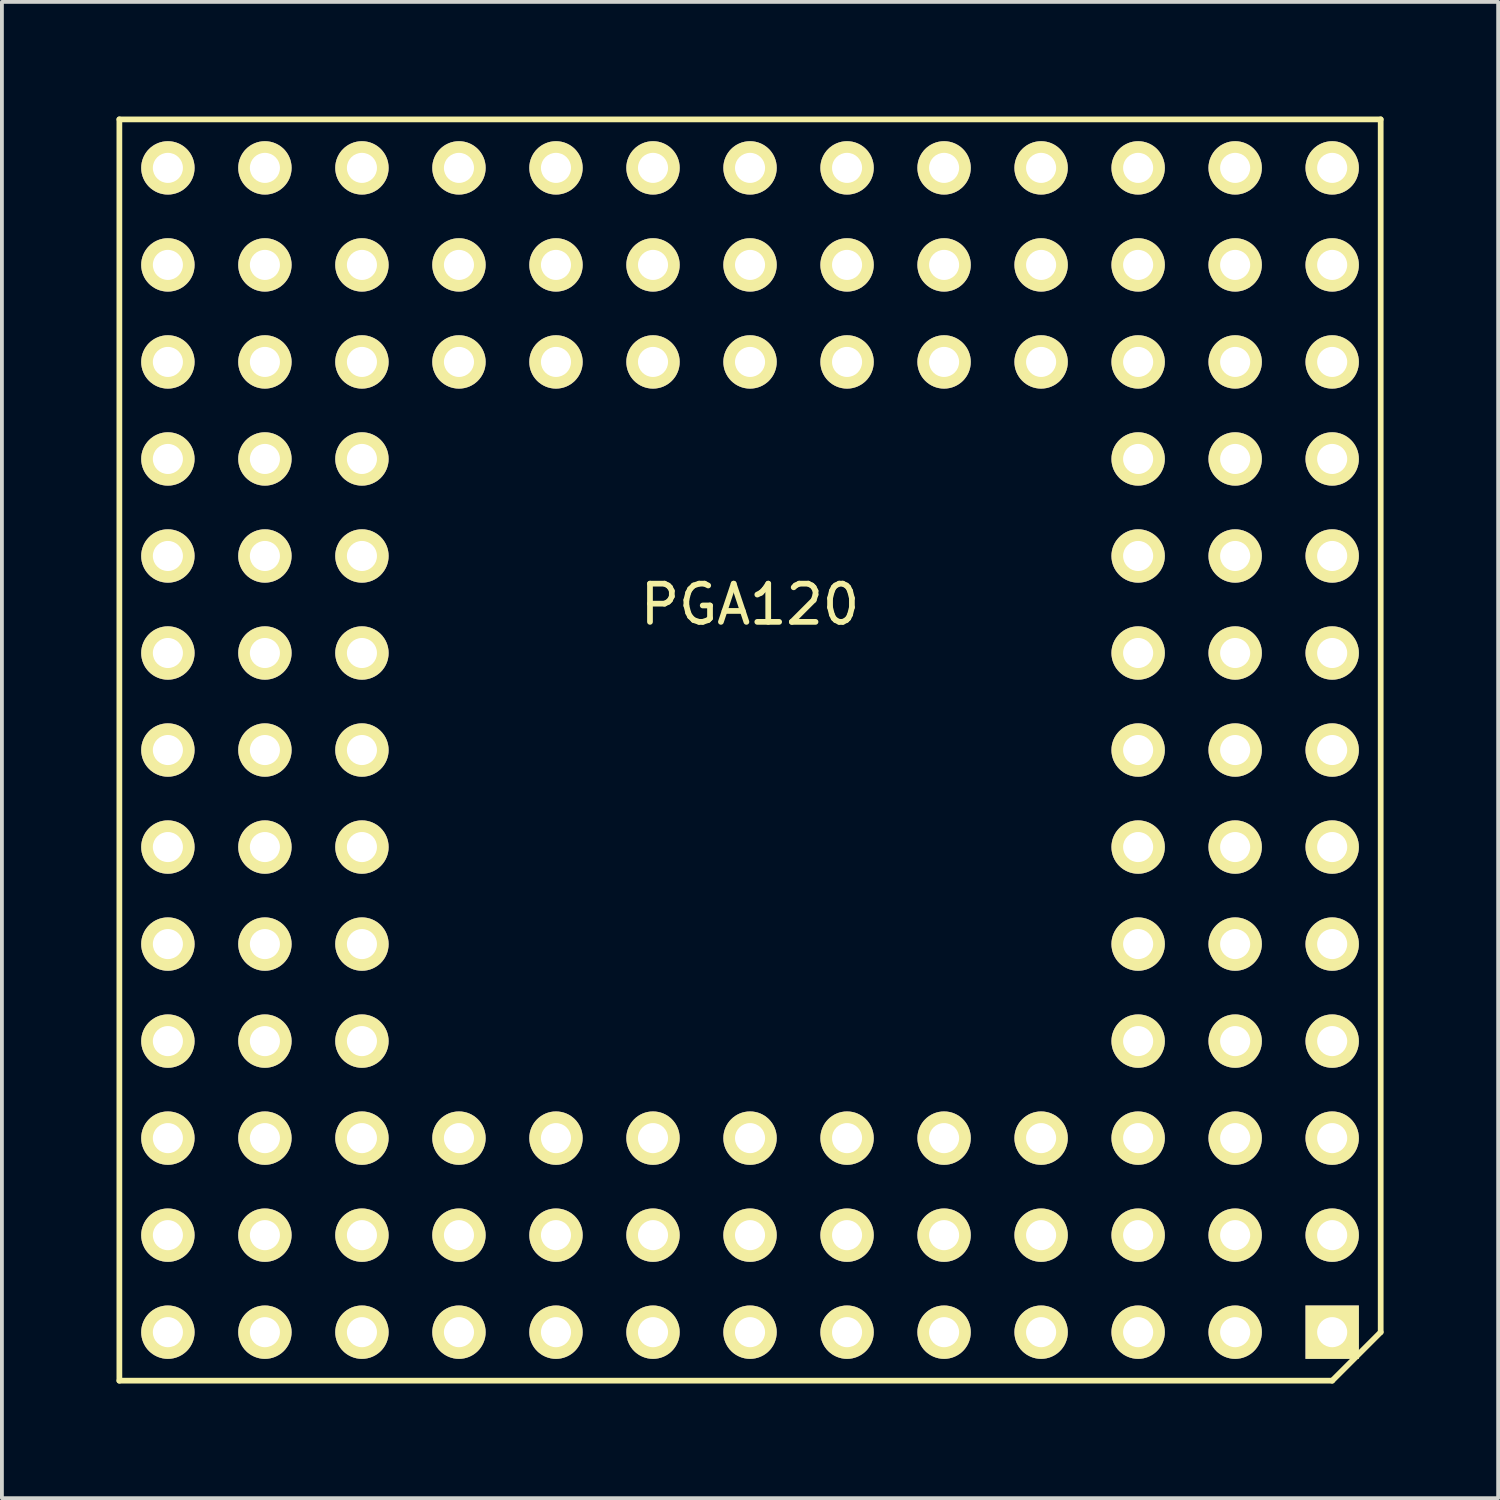
<source format=kicad_pcb>
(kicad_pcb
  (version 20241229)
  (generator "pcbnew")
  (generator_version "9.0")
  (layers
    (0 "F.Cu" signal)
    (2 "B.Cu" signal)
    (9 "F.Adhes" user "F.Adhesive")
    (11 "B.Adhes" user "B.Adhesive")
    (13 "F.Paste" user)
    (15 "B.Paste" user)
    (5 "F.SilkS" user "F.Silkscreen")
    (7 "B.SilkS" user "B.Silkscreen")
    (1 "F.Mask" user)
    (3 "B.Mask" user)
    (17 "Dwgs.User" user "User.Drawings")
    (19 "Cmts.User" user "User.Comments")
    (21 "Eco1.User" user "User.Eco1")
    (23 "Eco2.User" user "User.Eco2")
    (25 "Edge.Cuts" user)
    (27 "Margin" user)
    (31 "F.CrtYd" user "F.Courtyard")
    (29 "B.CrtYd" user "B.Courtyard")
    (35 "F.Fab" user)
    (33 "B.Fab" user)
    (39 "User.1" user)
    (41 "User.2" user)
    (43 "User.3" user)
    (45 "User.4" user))
  (footprint "PGA120"
    (layer "F.Cu")
    (at 16.585 16.585)
    (property "Reference" "PGA120" (at 0 -3.81 0) (layer "F.SilkS") (effects (font (size 1 1) (thickness 0.15))))
    (attr through_hole)
    (fp_line (start -16.51 -16.51) (end -16.51 16.51) (stroke (width 0.15) (type solid)) (layer "F.SilkS"))
    (fp_line (start -16.51 16.51) (end 15.24 16.51) (stroke (width 0.15) (type solid)) (layer "F.SilkS"))
    (fp_line (start 16.51 -16.51) (end -16.51 -16.51) (stroke (width 0.15) (type solid)) (layer "F.SilkS"))
    (fp_line (start 16.51 15.24) (end 15.24 16.51) (stroke (width 0.15) (type solid)) (layer "F.SilkS"))
    (fp_line (start 16.51 15.24) (end 16.51 -16.51) (stroke (width 0.15) (type solid)) (layer "F.SilkS"))
    (pad "A1" thru_hole rect (at 15.24 15.24) (size 1.397 1.397) (drill 0.787) (layers "*.Cu" "*.Mask" "F.SilkS"))
    (pad "A2" thru_hole circle (at 12.7 15.24) (size 1.397 1.397) (drill 0.787) (layers "*.Cu" "*.Mask" "F.SilkS"))
    (pad "A3" thru_hole circle (at 10.16 15.24) (size 1.397 1.397) (drill 0.787) (layers "*.Cu" "*.Mask" "F.SilkS"))
    (pad "A4" thru_hole circle (at 7.62 15.24) (size 1.397 1.397) (drill 0.787) (layers "*.Cu" "*.Mask" "F.SilkS"))
    (pad "A5" thru_hole circle (at 5.08 15.24) (size 1.397 1.397) (drill 0.787) (layers "*.Cu" "*.Mask" "F.SilkS"))
    (pad "A6" thru_hole circle (at 2.54 15.24) (size 1.397 1.397) (drill 0.787) (layers "*.Cu" "*.Mask" "F.SilkS"))
    (pad "A7" thru_hole circle (at 0 15.24) (size 1.397 1.397) (drill 0.787) (layers "*.Cu" "*.Mask" "F.SilkS"))
    (pad "A8" thru_hole circle (at -2.54 15.24) (size 1.397 1.397) (drill 0.787) (layers "*.Cu" "*.Mask" "F.SilkS"))
    (pad "A9" thru_hole circle (at -5.08 15.24) (size 1.397 1.397) (drill 0.787) (layers "*.Cu" "*.Mask" "F.SilkS"))
    (pad "A10" thru_hole circle (at -7.62 15.24) (size 1.397 1.397) (drill 0.787) (layers "*.Cu" "*.Mask" "F.SilkS"))
    (pad "A11" thru_hole circle (at -10.16 15.24) (size 1.397 1.397) (drill 0.787) (layers "*.Cu" "*.Mask" "F.SilkS"))
    (pad "A12" thru_hole circle (at -12.7 15.24) (size 1.397 1.397) (drill 0.787) (layers "*.Cu" "*.Mask" "F.SilkS"))
    (pad "A13" thru_hole circle (at -15.24 15.24) (size 1.397 1.397) (drill 0.787) (layers "*.Cu" "*.Mask" "F.SilkS"))
    (pad "B1" thru_hole circle (at 15.24 12.7) (size 1.397 1.397) (drill 0.787) (layers "*.Cu" "*.Mask" "F.SilkS"))
    (pad "B2" thru_hole circle (at 12.7 12.7) (size 1.397 1.397) (drill 0.787) (layers "*.Cu" "*.Mask" "F.SilkS"))
    (pad "B3" thru_hole circle (at 10.16 12.7) (size 1.397 1.397) (drill 0.787) (layers "*.Cu" "*.Mask" "F.SilkS"))
    (pad "B4" thru_hole circle (at 7.62 12.7) (size 1.397 1.397) (drill 0.787) (layers "*.Cu" "*.Mask" "F.SilkS"))
    (pad "B5" thru_hole circle (at 5.08 12.7) (size 1.397 1.397) (drill 0.787) (layers "*.Cu" "*.Mask" "F.SilkS"))
    (pad "B6" thru_hole circle (at 2.54 12.7) (size 1.397 1.397) (drill 0.787) (layers "*.Cu" "*.Mask" "F.SilkS"))
    (pad "B7" thru_hole circle (at 0 12.7) (size 1.397 1.397) (drill 0.787) (layers "*.Cu" "*.Mask" "F.SilkS"))
    (pad "B8" thru_hole circle (at -2.54 12.7) (size 1.397 1.397) (drill 0.787) (layers "*.Cu" "*.Mask" "F.SilkS"))
    (pad "B9" thru_hole circle (at -5.08 12.7) (size 1.397 1.397) (drill 0.787) (layers "*.Cu" "*.Mask" "F.SilkS"))
    (pad "B10" thru_hole circle (at -7.62 12.7) (size 1.397 1.397) (drill 0.787) (layers "*.Cu" "*.Mask" "F.SilkS"))
    (pad "B11" thru_hole circle (at -10.16 12.7) (size 1.397 1.397) (drill 0.787) (layers "*.Cu" "*.Mask" "F.SilkS"))
    (pad "B12" thru_hole circle (at -12.7 12.7) (size 1.397 1.397) (drill 0.787) (layers "*.Cu" "*.Mask" "F.SilkS"))
    (pad "B13" thru_hole circle (at -15.24 12.7) (size 1.397 1.397) (drill 0.787) (layers "*.Cu" "*.Mask" "F.SilkS"))
    (pad "C1" thru_hole circle (at 15.24 10.16) (size 1.397 1.397) (drill 0.787) (layers "*.Cu" "*.Mask" "F.SilkS"))
    (pad "C2" thru_hole circle (at 12.7 10.16) (size 1.397 1.397) (drill 0.787) (layers "*.Cu" "*.Mask" "F.SilkS"))
    (pad "C3" thru_hole circle (at 10.16 10.16) (size 1.397 1.397) (drill 0.787) (layers "*.Cu" "*.Mask" "F.SilkS"))
    (pad "C4" thru_hole circle (at 7.62 10.16) (size 1.397 1.397) (drill 0.787) (layers "*.Cu" "*.Mask" "F.SilkS"))
    (pad "C5" thru_hole circle (at 5.08 10.16) (size 1.397 1.397) (drill 0.787) (layers "*.Cu" "*.Mask" "F.SilkS"))
    (pad "C6" thru_hole circle (at 2.54 10.16) (size 1.397 1.397) (drill 0.787) (layers "*.Cu" "*.Mask" "F.SilkS"))
    (pad "C7" thru_hole circle (at 0 10.16) (size 1.397 1.397) (drill 0.787) (layers "*.Cu" "*.Mask" "F.SilkS"))
    (pad "C8" thru_hole circle (at -2.54 10.16) (size 1.397 1.397) (drill 0.787) (layers "*.Cu" "*.Mask" "F.SilkS"))
    (pad "C9" thru_hole circle (at -5.08 10.16) (size 1.397 1.397) (drill 0.787) (layers "*.Cu" "*.Mask" "F.SilkS"))
    (pad "C10" thru_hole circle (at -7.62 10.16) (size 1.397 1.397) (drill 0.787) (layers "*.Cu" "*.Mask" "F.SilkS"))
    (pad "C11" thru_hole circle (at -10.16 10.16) (size 1.397 1.397) (drill 0.787) (layers "*.Cu" "*.Mask" "F.SilkS"))
    (pad "C12" thru_hole circle (at -12.7 10.16) (size 1.397 1.397) (drill 0.787) (layers "*.Cu" "*.Mask" "F.SilkS"))
    (pad "C13" thru_hole circle (at -15.24 10.16) (size 1.397 1.397) (drill 0.787) (layers "*.Cu" "*.Mask" "F.SilkS"))
    (pad "D1" thru_hole circle (at 15.24 7.62) (size 1.397 1.397) (drill 0.787) (layers "*.Cu" "*.Mask" "F.SilkS"))
    (pad "D2" thru_hole circle (at 12.7 7.62) (size 1.397 1.397) (drill 0.787) (layers "*.Cu" "*.Mask" "F.SilkS"))
    (pad "D3" thru_hole circle (at 10.16 7.62) (size 1.397 1.397) (drill 0.787) (layers "*.Cu" "*.Mask" "F.SilkS"))
    (pad "D11" thru_hole circle (at -10.16 7.62) (size 1.397 1.397) (drill 0.787) (layers "*.Cu" "*.Mask" "F.SilkS"))
    (pad "D12" thru_hole circle (at -12.7 7.62) (size 1.397 1.397) (drill 0.787) (layers "*.Cu" "*.Mask" "F.SilkS"))
    (pad "D13" thru_hole circle (at -15.24 7.62) (size 1.397 1.397) (drill 0.787) (layers "*.Cu" "*.Mask" "F.SilkS"))
    (pad "E1" thru_hole circle (at 15.24 5.08) (size 1.397 1.397) (drill 0.787) (layers "*.Cu" "*.Mask" "F.SilkS"))
    (pad "E2" thru_hole circle (at 12.7 5.08) (size 1.397 1.397) (drill 0.787) (layers "*.Cu" "*.Mask" "F.SilkS"))
    (pad "E3" thru_hole circle (at 10.16 5.08) (size 1.397 1.397) (drill 0.787) (layers "*.Cu" "*.Mask" "F.SilkS"))
    (pad "E11" thru_hole circle (at -10.16 5.08) (size 1.397 1.397) (drill 0.787) (layers "*.Cu" "*.Mask" "F.SilkS"))
    (pad "E12" thru_hole circle (at -12.7 5.08) (size 1.397 1.397) (drill 0.787) (layers "*.Cu" "*.Mask" "F.SilkS"))
    (pad "E13" thru_hole circle (at -15.24 5.08) (size 1.397 1.397) (drill 0.787) (layers "*.Cu" "*.Mask" "F.SilkS"))
    (pad "F1" thru_hole circle (at 15.24 2.54) (size 1.397 1.397) (drill 0.787) (layers "*.Cu" "*.Mask" "F.SilkS"))
    (pad "F2" thru_hole circle (at 12.7 2.54) (size 1.397 1.397) (drill 0.787) (layers "*.Cu" "*.Mask" "F.SilkS"))
    (pad "F3" thru_hole circle (at 10.16 2.54) (size 1.397 1.397) (drill 0.787) (layers "*.Cu" "*.Mask" "F.SilkS"))
    (pad "F11" thru_hole circle (at -10.16 2.54) (size 1.397 1.397) (drill 0.787) (layers "*.Cu" "*.Mask" "F.SilkS"))
    (pad "F12" thru_hole circle (at -12.7 2.54) (size 1.397 1.397) (drill 0.787) (layers "*.Cu" "*.Mask" "F.SilkS"))
    (pad "F13" thru_hole circle (at -15.24 2.54) (size 1.397 1.397) (drill 0.787) (layers "*.Cu" "*.Mask" "F.SilkS"))
    (pad "G1" thru_hole circle (at 15.24 0) (size 1.397 1.397) (drill 0.787) (layers "*.Cu" "*.Mask" "F.SilkS"))
    (pad "G2" thru_hole circle (at 12.7 0) (size 1.397 1.397) (drill 0.787) (layers "*.Cu" "*.Mask" "F.SilkS"))
    (pad "G3" thru_hole circle (at 10.16 0) (size 1.397 1.397) (drill 0.787) (layers "*.Cu" "*.Mask" "F.SilkS"))
    (pad "G11" thru_hole circle (at -10.16 0) (size 1.397 1.397) (drill 0.787) (layers "*.Cu" "*.Mask" "F.SilkS"))
    (pad "G12" thru_hole circle (at -12.7 0) (size 1.397 1.397) (drill 0.787) (layers "*.Cu" "*.Mask" "F.SilkS"))
    (pad "G13" thru_hole circle (at -15.24 0) (size 1.397 1.397) (drill 0.787) (layers "*.Cu" "*.Mask" "F.SilkS"))
    (pad "H1" thru_hole circle (at 15.24 -2.54) (size 1.397 1.397) (drill 0.787) (layers "*.Cu" "*.Mask" "F.SilkS"))
    (pad "H2" thru_hole circle (at 12.7 -2.54) (size 1.397 1.397) (drill 0.787) (layers "*.Cu" "*.Mask" "F.SilkS"))
    (pad "H3" thru_hole circle (at 10.16 -2.54) (size 1.397 1.397) (drill 0.787) (layers "*.Cu" "*.Mask" "F.SilkS"))
    (pad "H11" thru_hole circle (at -10.16 -2.54) (size 1.397 1.397) (drill 0.787) (layers "*.Cu" "*.Mask" "F.SilkS"))
    (pad "H12" thru_hole circle (at -12.7 -2.54) (size 1.397 1.397) (drill 0.787) (layers "*.Cu" "*.Mask" "F.SilkS"))
    (pad "H13" thru_hole circle (at -15.24 -2.54) (size 1.397 1.397) (drill 0.787) (layers "*.Cu" "*.Mask" "F.SilkS"))
    (pad "J1" thru_hole circle (at 15.24 -5.08) (size 1.397 1.397) (drill 0.787) (layers "*.Cu" "*.Mask" "F.SilkS"))
    (pad "J2" thru_hole circle (at 12.7 -5.08) (size 1.397 1.397) (drill 0.787) (layers "*.Cu" "*.Mask" "F.SilkS"))
    (pad "J3" thru_hole circle (at 10.16 -5.08) (size 1.397 1.397) (drill 0.787) (layers "*.Cu" "*.Mask" "F.SilkS"))
    (pad "J11" thru_hole circle (at -10.16 -5.08) (size 1.397 1.397) (drill 0.787) (layers "*.Cu" "*.Mask" "F.SilkS"))
    (pad "J12" thru_hole circle (at -12.7 -5.08) (size 1.397 1.397) (drill 0.787) (layers "*.Cu" "*.Mask" "F.SilkS"))
    (pad "J13" thru_hole circle (at -15.24 -5.08) (size 1.397 1.397) (drill 0.787) (layers "*.Cu" "*.Mask" "F.SilkS"))
    (pad "K1" thru_hole circle (at 15.24 -7.62) (size 1.397 1.397) (drill 0.787) (layers "*.Cu" "*.Mask" "F.SilkS"))
    (pad "K2" thru_hole circle (at 12.7 -7.62) (size 1.397 1.397) (drill 0.787) (layers "*.Cu" "*.Mask" "F.SilkS"))
    (pad "K3" thru_hole circle (at 10.16 -7.62) (size 1.397 1.397) (drill 0.787) (layers "*.Cu" "*.Mask" "F.SilkS"))
    (pad "K11" thru_hole circle (at -10.16 -7.62) (size 1.397 1.397) (drill 0.787) (layers "*.Cu" "*.Mask" "F.SilkS"))
    (pad "K12" thru_hole circle (at -12.7 -7.62) (size 1.397 1.397) (drill 0.787) (layers "*.Cu" "*.Mask" "F.SilkS"))
    (pad "K13" thru_hole circle (at -15.24 -7.62) (size 1.397 1.397) (drill 0.787) (layers "*.Cu" "*.Mask" "F.SilkS"))
    (pad "L1" thru_hole circle (at 15.24 -10.16) (size 1.397 1.397) (drill 0.787) (layers "*.Cu" "*.Mask" "F.SilkS"))
    (pad "L2" thru_hole circle (at 12.7 -10.16) (size 1.397 1.397) (drill 0.787) (layers "*.Cu" "*.Mask" "F.SilkS"))
    (pad "L3" thru_hole circle (at 10.16 -10.16) (size 1.397 1.397) (drill 0.787) (layers "*.Cu" "*.Mask" "F.SilkS"))
    (pad "L4" thru_hole circle (at 7.62 -10.16) (size 1.397 1.397) (drill 0.787) (layers "*.Cu" "*.Mask" "F.SilkS"))
    (pad "L5" thru_hole circle (at 5.08 -10.16) (size 1.397 1.397) (drill 0.787) (layers "*.Cu" "*.Mask" "F.SilkS"))
    (pad "L6" thru_hole circle (at 2.54 -10.16) (size 1.397 1.397) (drill 0.787) (layers "*.Cu" "*.Mask" "F.SilkS"))
    (pad "L7" thru_hole circle (at 0 -10.16) (size 1.397 1.397) (drill 0.787) (layers "*.Cu" "*.Mask" "F.SilkS"))
    (pad "L8" thru_hole circle (at -2.54 -10.16) (size 1.397 1.397) (drill 0.787) (layers "*.Cu" "*.Mask" "F.SilkS"))
    (pad "L9" thru_hole circle (at -5.08 -10.16) (size 1.397 1.397) (drill 0.787) (layers "*.Cu" "*.Mask" "F.SilkS"))
    (pad "L10" thru_hole circle (at -7.62 -10.16) (size 1.397 1.397) (drill 0.787) (layers "*.Cu" "*.Mask" "F.SilkS"))
    (pad "L11" thru_hole circle (at -10.16 -10.16) (size 1.397 1.397) (drill 0.787) (layers "*.Cu" "*.Mask" "F.SilkS"))
    (pad "L12" thru_hole circle (at -12.7 -10.16) (size 1.397 1.397) (drill 0.787) (layers "*.Cu" "*.Mask" "F.SilkS"))
    (pad "L13" thru_hole circle (at -15.24 -10.16) (size 1.397 1.397) (drill 0.787) (layers "*.Cu" "*.Mask" "F.SilkS"))
    (pad "M1" thru_hole circle (at 15.24 -12.7) (size 1.397 1.397) (drill 0.787) (layers "*.Cu" "*.Mask" "F.SilkS"))
    (pad "M2" thru_hole circle (at 12.7 -12.7) (size 1.397 1.397) (drill 0.787) (layers "*.Cu" "*.Mask" "F.SilkS"))
    (pad "M3" thru_hole circle (at 10.16 -12.7) (size 1.397 1.397) (drill 0.787) (layers "*.Cu" "*.Mask" "F.SilkS"))
    (pad "M4" thru_hole circle (at 7.62 -12.7) (size 1.397 1.397) (drill 0.787) (layers "*.Cu" "*.Mask" "F.SilkS"))
    (pad "M5" thru_hole circle (at 5.08 -12.7) (size 1.397 1.397) (drill 0.787) (layers "*.Cu" "*.Mask" "F.SilkS"))
    (pad "M6" thru_hole circle (at 2.54 -12.7) (size 1.397 1.397) (drill 0.787) (layers "*.Cu" "*.Mask" "F.SilkS"))
    (pad "M7" thru_hole circle (at 0 -12.7) (size 1.397 1.397) (drill 0.787) (layers "*.Cu" "*.Mask" "F.SilkS"))
    (pad "M8" thru_hole circle (at -2.54 -12.7) (size 1.397 1.397) (drill 0.787) (layers "*.Cu" "*.Mask" "F.SilkS"))
    (pad "M9" thru_hole circle (at -5.08 -12.7) (size 1.397 1.397) (drill 0.787) (layers "*.Cu" "*.Mask" "F.SilkS"))
    (pad "M10" thru_hole circle (at -7.62 -12.7) (size 1.397 1.397) (drill 0.787) (layers "*.Cu" "*.Mask" "F.SilkS"))
    (pad "M11" thru_hole circle (at -10.16 -12.7) (size 1.397 1.397) (drill 0.787) (layers "*.Cu" "*.Mask" "F.SilkS"))
    (pad "M12" thru_hole circle (at -12.7 -12.7) (size 1.397 1.397) (drill 0.787) (layers "*.Cu" "*.Mask" "F.SilkS"))
    (pad "M13" thru_hole circle (at -15.24 -12.7) (size 1.397 1.397) (drill 0.787) (layers "*.Cu" "*.Mask" "F.SilkS"))
    (pad "N1" thru_hole circle (at 15.24 -15.24) (size 1.397 1.397) (drill 0.787) (layers "*.Cu" "*.Mask" "F.SilkS"))
    (pad "N2" thru_hole circle (at 12.7 -15.24) (size 1.397 1.397) (drill 0.787) (layers "*.Cu" "*.Mask" "F.SilkS"))
    (pad "N3" thru_hole circle (at 10.16 -15.24) (size 1.397 1.397) (drill 0.787) (layers "*.Cu" "*.Mask" "F.SilkS"))
    (pad "N4" thru_hole circle (at 7.62 -15.24) (size 1.397 1.397) (drill 0.787) (layers "*.Cu" "*.Mask" "F.SilkS"))
    (pad "N5" thru_hole circle (at 5.08 -15.24) (size 1.397 1.397) (drill 0.787) (layers "*.Cu" "*.Mask" "F.SilkS"))
    (pad "N6" thru_hole circle (at 2.54 -15.24) (size 1.397 1.397) (drill 0.787) (layers "*.Cu" "*.Mask" "F.SilkS"))
    (pad "N7" thru_hole circle (at 0 -15.24) (size 1.397 1.397) (drill 0.787) (layers "*.Cu" "*.Mask" "F.SilkS"))
    (pad "N8" thru_hole circle (at -2.54 -15.24) (size 1.397 1.397) (drill 0.787) (layers "*.Cu" "*.Mask" "F.SilkS"))
    (pad "N9" thru_hole circle (at -5.08 -15.24) (size 1.397 1.397) (drill 0.787) (layers "*.Cu" "*.Mask" "F.SilkS"))
    (pad "N10" thru_hole circle (at -7.62 -15.24) (size 1.397 1.397) (drill 0.787) (layers "*.Cu" "*.Mask" "F.SilkS"))
    (pad "N11" thru_hole circle (at -10.16 -15.24) (size 1.397 1.397) (drill 0.787) (layers "*.Cu" "*.Mask" "F.SilkS"))
    (pad "N12" thru_hole circle (at -12.7 -15.24) (size 1.397 1.397) (drill 0.787) (layers "*.Cu" "*.Mask" "F.SilkS"))
    (pad "N13" thru_hole circle (at -15.24 -15.24) (size 1.397 1.397) (drill 0.787) (layers "*.Cu" "*.Mask" "F.SilkS")))
  (gr_rect
    (start -3 -3)
    (end 36.17 36.17)
    (stroke (width 0.1) (type default))
    (fill no)
    (layer "Edge.Cuts")))
</source>
